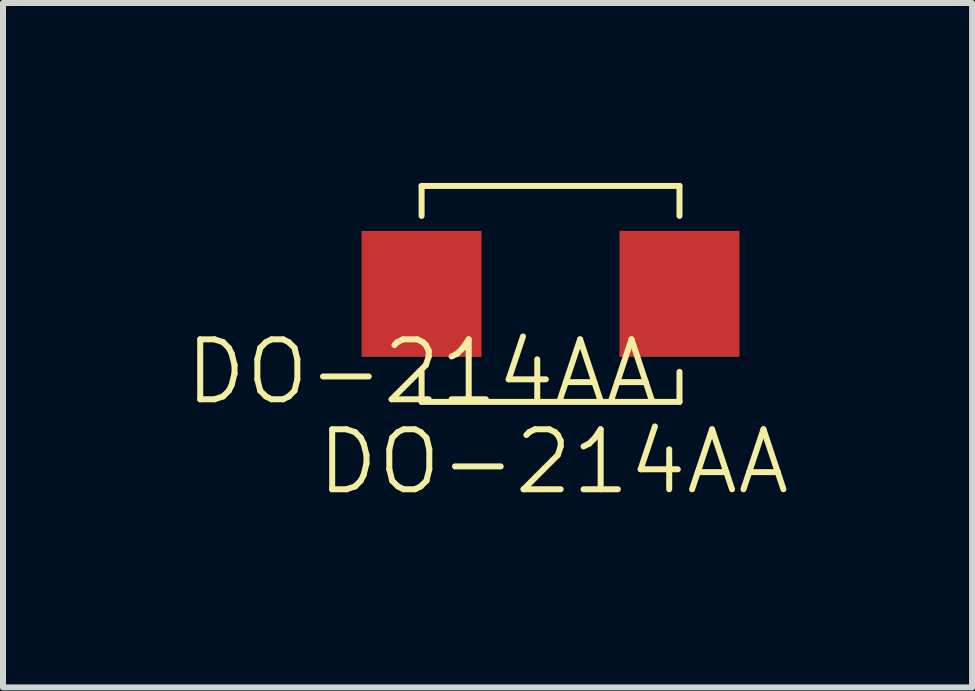
<source format=kicad_pcb>
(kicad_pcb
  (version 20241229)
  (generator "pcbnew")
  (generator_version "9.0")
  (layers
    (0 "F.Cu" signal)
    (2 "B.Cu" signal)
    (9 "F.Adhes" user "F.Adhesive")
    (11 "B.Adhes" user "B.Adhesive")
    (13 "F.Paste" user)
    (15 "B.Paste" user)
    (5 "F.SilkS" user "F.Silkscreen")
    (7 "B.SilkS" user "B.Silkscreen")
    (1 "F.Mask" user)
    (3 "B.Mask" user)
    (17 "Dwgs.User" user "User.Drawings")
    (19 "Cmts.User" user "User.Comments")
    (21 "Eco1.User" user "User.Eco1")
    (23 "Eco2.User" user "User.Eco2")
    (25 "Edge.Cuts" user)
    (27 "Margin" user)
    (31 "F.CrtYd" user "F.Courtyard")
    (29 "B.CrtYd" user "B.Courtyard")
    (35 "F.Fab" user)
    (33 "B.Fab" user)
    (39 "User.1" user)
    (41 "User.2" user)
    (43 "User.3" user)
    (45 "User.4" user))
  (footprint "DO-214AA"
    (layer "F.Cu")
    (at 3.979 3.65)
    (property "Reference" "DO-214AA" (at 0 -0.5 0) (unlocked yes) (layer "F.SilkS") (effects (font (size 1 1) (thickness 0.1))))
    (attr smd)
    (fp_line (start 0 -3.6) (end 0 -3.1) (stroke (width 0.1) (type default)) (layer "F.SilkS"))
    (fp_line (start 0 -0.5) (end 0 0) (stroke (width 0.1) (type default)) (layer "F.SilkS"))
    (fp_line (start 0 0) (end 4.3 0) (stroke (width 0.1) (type default)) (layer "F.SilkS"))
    (fp_line (start 4.3 -3.6) (end 0 -3.6) (stroke (width 0.1) (type default)) (layer "F.SilkS"))
    (fp_line (start 4.3 -3.6) (end 4.3 -3.1) (stroke (width 0.1) (type default)) (layer "F.SilkS"))
    (fp_line (start 4.3 -0.5) (end 4.3 0) (stroke (width 0.1) (type default)) (layer "F.SilkS"))
    (fp_text user "${REFERENCE}" (at 2.2 1 0) (unlocked yes) (layer "F.SilkS") (effects (font (size 1 1) (thickness 0.1))))
    (pad "1" smd rect (at 0 -1.8) (size 2 2.1) (layers "F.Cu" "F.Mask" "F.Paste"))
    (pad "2" smd rect (at 4.3 -1.8) (size 2 2.1) (layers "F.Cu" "F.Mask" "F.Paste")))
  (gr_rect
    (start -3 -3)
    (end 13.157 8.411)
    (stroke (width 0.1) (type default))
    (fill no)
    (layer "Edge.Cuts")))
</source>
